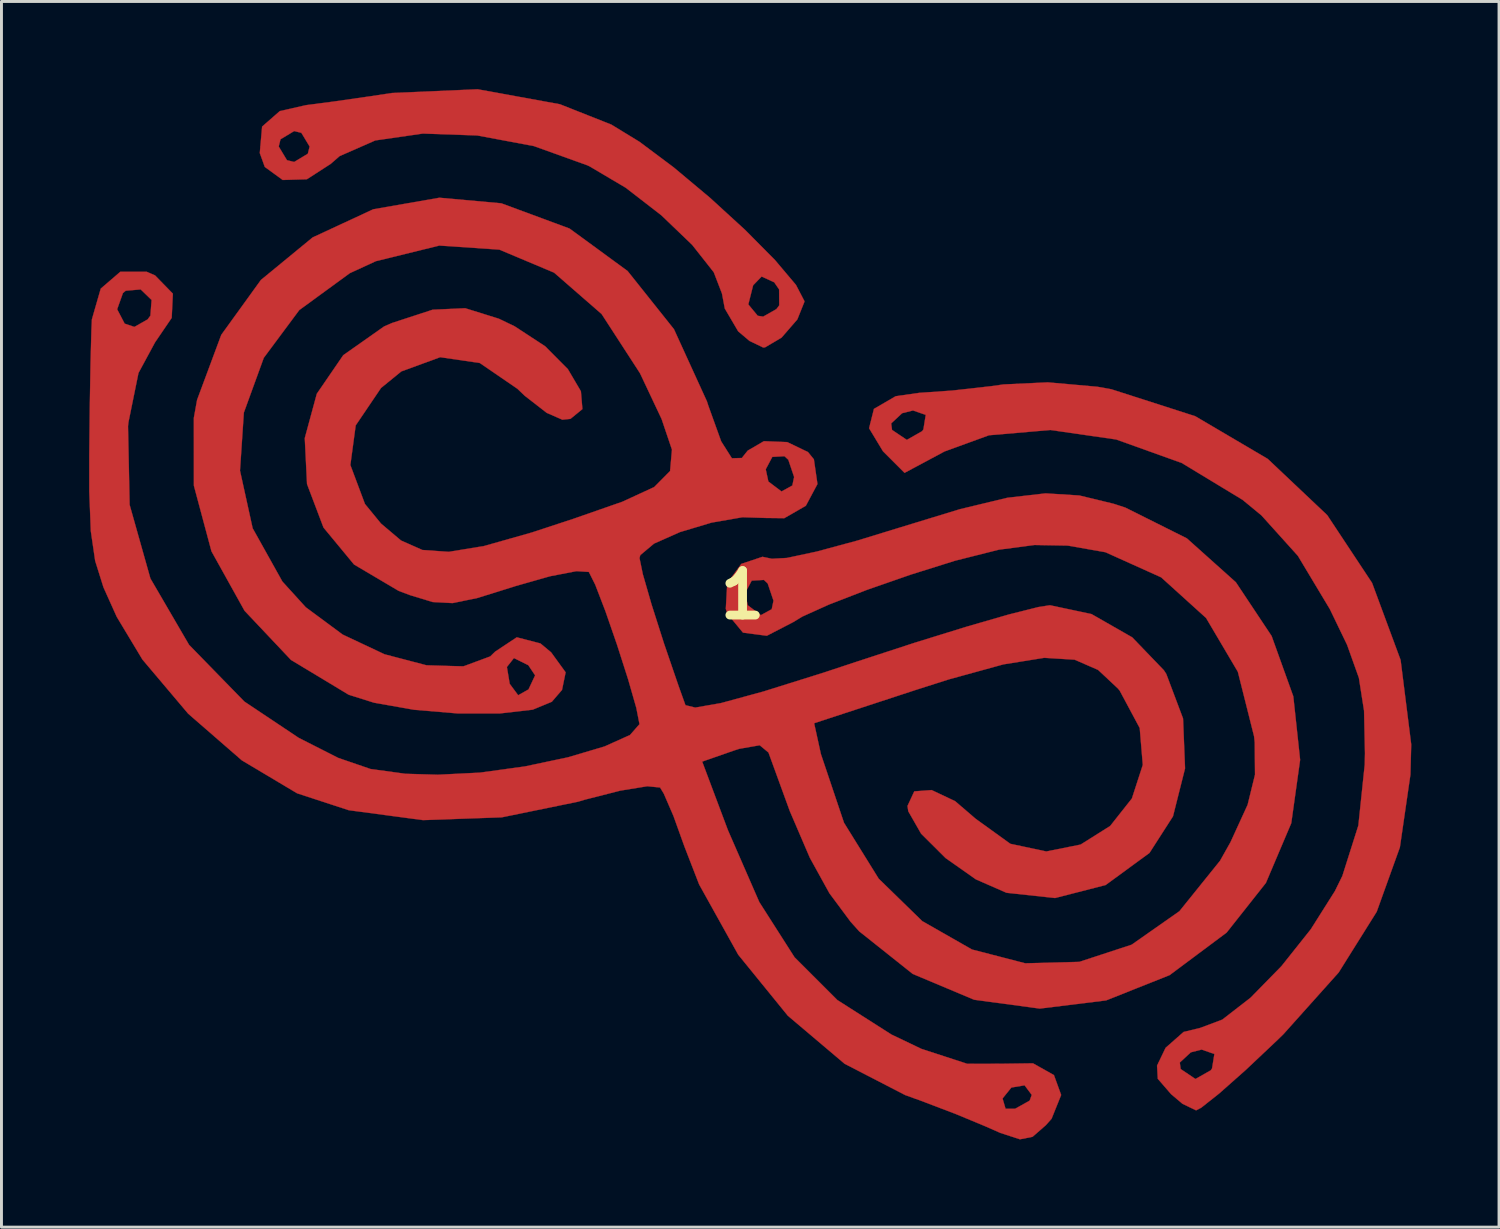
<source format=kicad_pcb>
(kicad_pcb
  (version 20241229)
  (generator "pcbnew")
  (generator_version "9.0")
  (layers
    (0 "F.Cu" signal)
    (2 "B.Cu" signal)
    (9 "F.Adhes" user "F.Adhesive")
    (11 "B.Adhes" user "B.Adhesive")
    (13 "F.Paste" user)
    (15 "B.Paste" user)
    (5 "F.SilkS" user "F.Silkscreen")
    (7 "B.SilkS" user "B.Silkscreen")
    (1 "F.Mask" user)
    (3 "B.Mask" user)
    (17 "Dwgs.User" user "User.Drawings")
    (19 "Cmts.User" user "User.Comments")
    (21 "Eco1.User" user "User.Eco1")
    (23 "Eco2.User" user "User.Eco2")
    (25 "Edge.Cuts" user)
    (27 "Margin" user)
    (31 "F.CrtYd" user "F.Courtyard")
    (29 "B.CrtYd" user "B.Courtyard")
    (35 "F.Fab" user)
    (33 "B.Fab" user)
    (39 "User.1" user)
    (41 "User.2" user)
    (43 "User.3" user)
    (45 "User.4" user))
  (footprint "1"
    (layer "F.Cu")
    (at 22.363 17.31)
    (property "Reference" "1" (at 0 0 0) (layer "F.SilkS") (effects (font (size 1.524 1.524) (thickness 0.3))))
    (attr through_hole)
    (fp_poly (pts (xy -6.251 -16.792) (xy -4.49 -16.095) (xy -3.53 -15.508) (xy -2.362 -14.635) (xy -1.115 -13.591) (xy 0.084 -12.494) (xy 1.108 -11.461) (xy 1.827 -10.609) (xy 2.116 -10.055) (xy 2.117 -10.036) (xy 1.874 -9.43) (xy 1.333 -8.806) (xy 0.769 -8.473) (xy 0.706 -8.467) (xy 0.239 -8.691) (xy -0.151 -9.021) (xy -0.609 -9.802) (xy -0.635 -9.942) (xy 0.196 -9.942) (xy 0.518 -9.553) (xy 0.706 -9.525) (xy 1.158 -9.782) (xy 1.254 -9.909) (xy 1.25 -10.455) (xy 1.083 -10.699) (xy 0.651 -10.897) (xy 0.361 -10.597) (xy 0.196 -9.942) (xy -0.635 -9.942) (xy -0.706 -10.316) (xy -0.986 -11.043) (xy -1.727 -11.982) (xy -2.781 -12.993) (xy -3.999 -13.935) (xy -5.232 -14.665) (xy -5.312 -14.703) (xy -7.145 -15.362) (xy -9.078 -15.724) (xy -10.943 -15.789) (xy -12.57 -15.554) (xy -13.789 -15.019) (xy -14.096 -14.752) (xy -14.912 -14.225) (xy -15.738 -14.201) (xy -16.351 -14.647) (xy -16.522 -15.122) (xy -16.503 -15.346) (xy -15.875 -15.346) (xy -15.593 -14.878) (xy -15.346 -14.817) (xy -14.878 -15.099) (xy -14.817 -15.346) (xy -15.099 -15.814) (xy -15.346 -15.875) (xy -15.814 -15.593) (xy -15.875 -15.346) (xy -16.503 -15.346) (xy -16.443 -16.028) (xy -15.837 -16.558) (xy -14.943 -16.761) (xy -14.01 -16.883) (xy -12.741 -17.065) (xy -11.994 -17.178) (xy -9.068 -17.305) (xy -6.251 -16.792)) (stroke (width 0.01) (type solid)) (fill yes) (layer "F.Cu"))
    (fp_poly (pts (xy 12.144 -7.124) (xy 12.621 -7.038) (xy 15.491 -6.116) (xy 17.971 -4.656) (xy 20.007 -2.731) (xy 21.542 -0.412) (xy 22.519 2.228) (xy 22.882 5.116) (xy 22.855 6.15) (xy 22.494 8.637) (xy 21.701 10.841) (xy 20.398 12.922) (xy 18.505 15.036) (xy 18.31 15.226) (xy 17.221 16.254) (xy 16.308 17.063) (xy 15.695 17.548) (xy 15.52 17.639) (xy 15.055 17.415) (xy 14.665 17.085) (xy 14.209 16.558) (xy 14.184 16.108) (xy 14.235 16.002) (xy 14.962 16.002) (xy 14.992 16.225) (xy 15.499 16.566) (xy 16.024 16.267) (xy 16.066 16.204) (xy 16.146 15.71) (xy 15.71 15.559) (xy 15.339 15.653) (xy 14.962 16.002) (xy 14.235 16.002) (xy 14.476 15.499) (xy 15.092 14.956) (xy 15.663 14.817) (xy 16.416 14.534) (xy 17.386 13.782) (xy 18.441 12.704) (xy 19.447 11.44) (xy 20.271 10.135) (xy 20.526 9.616) (xy 21.073 7.891) (xy 21.291 5.808) (xy 21.299 5.413) (xy 21.268 3.964) (xy 21.091 2.837) (xy 20.688 1.709) (xy 20.099 0.488) (xy 19.003 -1.339) (xy 17.756 -2.723) (xy 17.11 -3.255) (xy 15.031 -4.515) (xy 12.786 -5.32) (xy 10.533 -5.645) (xy 8.431 -5.464) (xy 6.912 -4.911) (xy 5.543 -4.178) (xy 4.805 -4.916) (xy 4.329 -5.705) (xy 4.371 -5.871) (xy 5.085 -5.871) (xy 5.114 -5.647) (xy 5.621 -5.306) (xy 6.147 -5.606) (xy 6.188 -5.668) (xy 6.268 -6.162) (xy 5.832 -6.313) (xy 5.461 -6.22) (xy 5.085 -5.871) (xy 4.371 -5.871) (xy 4.495 -6.367) (xy 5.241 -6.801) (xy 6.049 -6.916) (xy 7.172 -6.994) (xy 8.515 -7.145) (xy 8.93 -7.204) (xy 10.445 -7.275) (xy 12.144 -7.124)) (stroke (width 0.01) (type solid)) (fill yes) (layer "F.Cu"))
    (fp_poly (pts (xy -8.257 -13.402) (xy -5.921 -12.538) (xy -3.935 -11.085) (xy -2.349 -9.095) (xy -1.219 -6.621) (xy -1.173 -6.477) (xy -0.733 -5.256) (xy -0.366 -4.677) (xy -0.026 -4.687) (xy 0.176 -4.939) (xy 0.73 -5.262) (xy 1.529 -5.23) (xy 2.238 -4.889) (xy 2.44 -4.641) (xy 2.562 -3.796) (xy 2.165 -3.052) (xy 1.427 -2.627) (xy 0.805 -2.634) (xy -0.005 -2.659) (xy -1.062 -2.475) (xy -2.144 -2.151) (xy -3.031 -1.757) (xy -3.501 -1.363) (xy -3.528 -1.262) (xy -3.416 -0.715) (xy -3.118 0.318) (xy -2.69 1.66) (xy -2.185 3.133) (xy -1.955 3.773) (xy -1.621 3.855) (xy -0.742 3.702) (xy 0.713 3.305) (xy 2.777 2.658) (xy 3.938 2.274) (xy 5.888 1.637) (xy 7.655 1.09) (xy 9.111 0.669) (xy 10.126 0.414) (xy 10.518 0.353) (xy 11.941 0.655) (xy 13.335 1.452) (xy 14.418 2.578) (xy 14.5 2.705) (xy 15.074 4.23) (xy 15.142 5.937) (xy 14.729 7.577) (xy 13.925 8.829) (xy 12.423 9.928) (xy 10.694 10.372) (xy 9.032 10.193) (xy 7.984 9.734) (xy 6.945 9.003) (xy 6.109 8.17) (xy 5.67 7.403) (xy 5.644 7.221) (xy 5.876 6.722) (xy 6.47 6.678) (xy 7.274 7.058) (xy 7.979 7.663) (xy 9.163 8.517) (xy 10.394 8.779) (xy 11.568 8.543) (xy 12.579 7.907) (xy 13.323 6.966) (xy 13.696 5.817) (xy 13.591 4.555) (xy 12.906 3.276) (xy 12.845 3.202) (xy 12.166 2.566) (xy 11.364 2.216) (xy 10.323 2.152) (xy 8.927 2.376) (xy 7.061 2.889) (xy 5.916 3.254) (xy 2.448 4.39) (xy 2.679 5.444) (xy 3.471 7.798) (xy 4.658 9.711) (xy 6.148 11.163) (xy 7.85 12.134) (xy 9.672 12.606) (xy 11.524 12.557) (xy 13.314 11.97) (xy 14.95 10.823) (xy 16.34 9.097) (xy 16.696 8.464) (xy 17.283 7.183) (xy 17.536 6.151) (xy 17.526 5.045) (xy 17.504 4.837) (xy 16.949 2.63) (xy 15.862 0.789) (xy 14.325 -0.602) (xy 12.417 -1.462) (xy 11.129 -1.689) (xy 9.989 -1.709) (xy 8.771 -1.549) (xy 7.271 -1.171) (xy 5.768 -0.7) (xy 4.253 -0.173) (xy 2.954 0.33) (xy 2.043 0.741) (xy 1.736 0.928) (xy 0.83 1.397) (xy 0.014 1.29) (xy -0.523 0.641) (xy -0.574 0.474) (xy -0.544 -0.067) (xy 0.087 -0.067) (xy 0.176 0.353) (xy 0.626 0.692) (xy 0.997 0.489) (xy 1.058 0.197) (xy 0.859 -0.393) (xy 0.73 -0.514) (xy 0.312 -0.49) (xy 0.087 -0.067) (xy -0.544 -0.067) (xy -0.525 -0.401) (xy -0.045 -1.062) (xy 0.68 -1.305) (xy 1.001 -1.238) (xy 1.517 -1.266) (xy 2.546 -1.486) (xy 3.931 -1.861) (xy 5.326 -2.289) (xy 7.436 -2.934) (xy 9.061 -3.325) (xy 10.369 -3.476) (xy 11.526 -3.403) (xy 12.699 -3.119) (xy 13.098 -2.989) (xy 15.203 -1.937) (xy 16.881 -0.434) (xy 18.105 1.407) (xy 18.847 3.472) (xy 19.08 5.644) (xy 18.777 7.81) (xy 17.909 9.855) (xy 16.565 11.555) (xy 14.613 13.011) (xy 12.441 13.876) (xy 10.17 14.156) (xy 7.923 13.853) (xy 5.823 12.97) (xy 3.992 11.513) (xy 3.697 11.185) (xy 2.972 10.209) (xy 2.303 8.997) (xy 1.616 7.397) (xy 0.886 5.393) (xy 0.586 5.144) (xy -0.121 5.267) (xy -0.323 5.334) (xy -1.383 5.704) (xy -0.5 8.055) (xy 0.571 10.51) (xy 1.777 12.399) (xy 3.243 13.864) (xy 5.093 15.044) (xy 6.122 15.536) (xy 7.691 16.047) (xy 8.851 16.044) (xy 9.937 16.029) (xy 10.655 16.432) (xy 10.902 17.112) (xy 10.574 17.926) (xy 10.382 18.143) (xy 9.925 18.542) (xy 9.492 18.629) (xy 8.82 18.41) (xy 8.29 18.177) (xy 7.298 17.765) (xy 6.049 17.289) (xy 5.888 17.232) (xy 8.896 17.232) (xy 8.999 17.583) (xy 9.327 17.584) (xy 9.824 17.306) (xy 9.896 17.11) (xy 9.651 16.782) (xy 9.198 16.858) (xy 8.896 17.232) (xy 5.888 17.232) (xy 5.566 17.116) (xy 3.493 16.046) (xy 1.549 14.401) (xy -0.149 12.312) (xy -1.486 9.909) (xy -1.992 8.604) (xy -2.367 7.561) (xy -2.695 6.803) (xy -2.823 6.59) (xy -3.261 6.547) (xy -4.184 6.697) (xy -5.405 7.008) (xy -5.628 7.075) (xy -8.243 7.611) (xy -10.936 7.706) (xy -13.477 7.367) (xy -15.246 6.788) (xy -17.136 5.661) (xy -18.973 4.064) (xy -20.538 2.211) (xy -21.417 0.75) (xy -21.872 -0.261) (xy -22.156 -1.166) (xy -22.305 -2.186) (xy -22.358 -3.54) (xy -22.358 -4.763) (xy -22.341 -6.408) (xy -22.315 -7.91) (xy -22.285 -9.046) (xy -22.268 -9.43) (xy -22.169 -9.776) (xy -21.404 -9.776) (xy -21.147 -9.284) (xy -20.814 -9.172) (xy -20.361 -9.429) (xy -20.266 -9.556) (xy -20.225 -10.094) (xy -20.598 -10.455) (xy -21.11 -10.411) (xy -21.206 -10.332) (xy -21.404 -9.776) (xy -22.169 -9.776) (xy -21.965 -10.483) (xy -21.294 -11.06) (xy -20.397 -11.061) (xy -20.108 -10.936) (xy -19.497 -10.31) (xy -19.537 -9.482) (xy -20.107 -8.645) (xy -20.674 -7.596) (xy -21.017 -5.911) (xy -21.032 -5.775) (xy -20.977 -3.084) (xy -20.266 -0.563) (xy -18.943 1.708) (xy -17.052 3.648) (xy -15.191 4.891) (xy -13.837 5.578) (xy -12.73 5.958) (xy -11.534 6.121) (xy -10.429 6.153) (xy -8.988 6.081) (xy -7.45 5.869) (xy -5.975 5.557) (xy -4.723 5.185) (xy -3.854 4.794) (xy -3.528 4.423) (xy -3.528 4.422) (xy -3.637 3.865) (xy -3.917 2.888) (xy -4.294 1.712) (xy -4.693 0.559) (xy -5.042 -0.35) (xy -5.261 -0.787) (xy -5.685 -0.814) (xy -6.584 -0.641) (xy -7.766 -0.305) (xy -7.826 -0.285) (xy -9.082 0.106) (xy -9.923 0.279) (xy -10.604 0.243) (xy -11.378 0.008) (xy -11.77 -0.139) (xy -13.296 -1.041) (xy -14.342 -2.306) (xy -14.906 -3.795) (xy -14.983 -5.367) (xy -14.571 -6.884) (xy -13.666 -8.205) (xy -12.265 -9.19) (xy -11.992 -9.308) (xy -10.606 -9.761) (xy -9.494 -9.812) (xy -8.342 -9.453) (xy -7.801 -9.193) (xy -6.757 -8.51) (xy -5.979 -7.727) (xy -5.533 -6.969) (xy -5.482 -6.36) (xy -5.891 -6.026) (xy -6.167 -5.997) (xy -6.701 -6.23) (xy -7.452 -6.813) (xy -7.707 -7.056) (xy -8.995 -7.938) (xy -10.35 -8.136) (xy -11.68 -7.649) (xy -12.374 -7.083) (xy -13.24 -5.803) (xy -13.423 -4.446) (xy -12.924 -3.113) (xy -12.374 -2.442) (xy -11.688 -1.862) (xy -10.958 -1.538) (xy -10.054 -1.475) (xy -8.846 -1.674) (xy -7.203 -2.14) (xy -5.807 -2.599) (xy -4.113 -3.19) (xy -3.025 -3.692) (xy -2.481 -4.241) (xy -2.476 -4.3) (xy 0.792 -4.3) (xy 0.882 -3.881) (xy 1.332 -3.541) (xy 1.702 -3.744) (xy 1.764 -4.036) (xy 1.565 -4.626) (xy 1.435 -4.747) (xy 1.017 -4.724) (xy 0.792 -4.3) (xy -2.476 -4.3) (xy -2.417 -4.972) (xy -2.772 -6.022) (xy -3.482 -7.527) (xy -3.515 -7.594) (xy -4.824 -9.613) (xy -6.45 -11.029) (xy -8.324 -11.817) (xy -10.38 -11.956) (xy -12.551 -11.422) (xy -13.441 -11.012) (xy -15.171 -9.749) (xy -16.386 -8.115) (xy -17.068 -6.24) (xy -17.2 -4.252) (xy -16.767 -2.282) (xy -15.749 -0.458) (xy -14.949 0.422) (xy -13.687 1.356) (xy -12.254 2.031) (xy -10.82 2.407) (xy -9.557 2.445) (xy -8.636 2.104) (xy -8.467 1.94) (xy -7.728 1.45) (xy -6.918 1.66) (xy -6.552 1.965) (xy -6.056 2.648) (xy -6.18 3.251) (xy -6.529 3.656) (xy -7.182 3.926) (xy -8.321 4.057) (xy -9.742 4.056) (xy -11.242 3.93) (xy -12.616 3.687) (xy -13.48 3.415) (xy -15.053 2.466) (xy -8.066 2.466) (xy -7.97 3.042) (xy -7.68 3.433) (xy -7.326 3.234) (xy -7.1 2.752) (xy -7.332 2.405) (xy -7.825 2.16) (xy -8.066 2.466) (xy -15.053 2.466) (xy -15.455 2.224) (xy -17.044 0.541) (xy -18.176 -1.494) (xy -18.778 -3.741) (xy -18.779 -6.061) (xy -18.668 -6.676) (xy -17.84 -8.902) (xy -16.484 -10.779) (xy -14.713 -12.235) (xy -12.639 -13.198) (xy -10.375 -13.593) (xy -8.257 -13.402)) (stroke (width 0.01) (type solid)) (fill yes) (layer "F.Cu")))
  (gr_rect
    (start -3 -3)
    (end 48.25 38.945)
    (stroke (width 0.1) (type default))
    (fill no)
    (layer "Edge.Cuts")))
</source>
